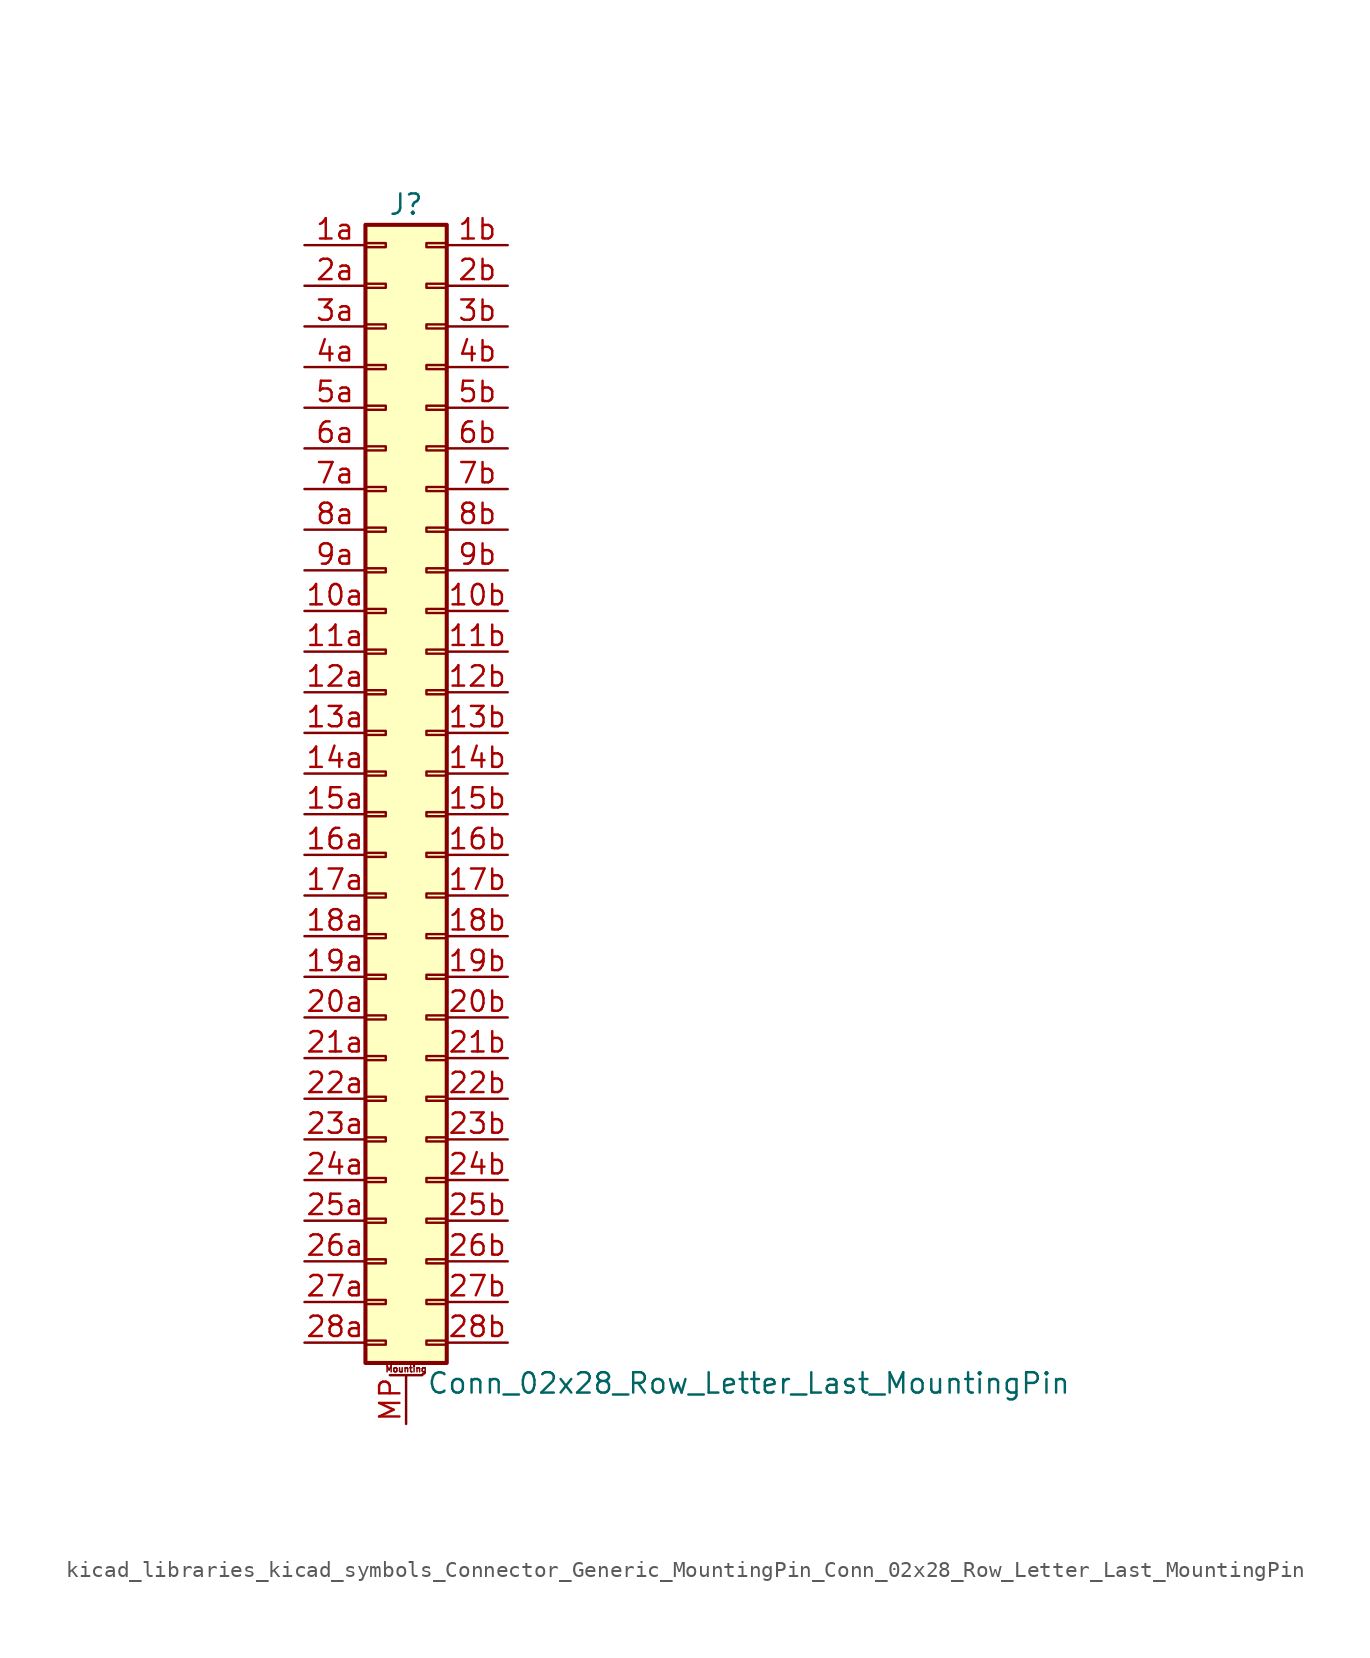
<source format=kicad_sym>
(kicad_symbol_lib
  (version 20220914)
  (generator kicad_symbol_editor)
  (symbol "kicad_libraries_kicad_symbols_Connector_Generic_MountingPin_Conn_02x28_Row_Letter_Last_MountingPin"
    (pin_names
      (offset 1.016) hide)
    (property "Reference" "J"
      (at 1.27 35.56 0)
      (effects (font (size 1.27 1.27))))
    (property "Value" "Conn_02x28_Row_Letter_Last_MountingPin"
      (at 2.54 -38.1 0)
      (effects (font (size 1.27 1.27)) (justify left)))
    (symbol "kicad_libraries_kicad_symbols_Connector_Generic_MountingPin_Conn_02x28_Row_Letter_Last_MountingPin_1_1"
      (rectangle (start -1.27 -35.433) (end 0 -35.687) (stroke (width 0.152) (type default)) (fill (type none)))
      (rectangle (start -1.27 -32.893) (end 0 -33.147) (stroke (width 0.152) (type default)) (fill (type none)))
      (rectangle (start -1.27 -30.353) (end 0 -30.607) (stroke (width 0.152) (type default)) (fill (type none)))
      (rectangle (start -1.27 -27.813) (end 0 -28.067) (stroke (width 0.152) (type default)) (fill (type none)))
      (rectangle (start -1.27 -25.273) (end 0 -25.527) (stroke (width 0.152) (type default)) (fill (type none)))
      (rectangle (start -1.27 -22.733) (end 0 -22.987) (stroke (width 0.152) (type default)) (fill (type none)))
      (rectangle (start -1.27 -20.193) (end 0 -20.447) (stroke (width 0.152) (type default)) (fill (type none)))
      (rectangle (start -1.27 -17.653) (end 0 -17.907) (stroke (width 0.152) (type default)) (fill (type none)))
      (rectangle (start -1.27 -15.113) (end 0 -15.367) (stroke (width 0.152) (type default)) (fill (type none)))
      (rectangle (start -1.27 -12.573) (end 0 -12.827) (stroke (width 0.152) (type default)) (fill (type none)))
      (rectangle (start -1.27 -10.033) (end 0 -10.287) (stroke (width 0.152) (type default)) (fill (type none)))
      (rectangle (start -1.27 -7.493) (end 0 -7.747) (stroke (width 0.152) (type default)) (fill (type none)))
      (rectangle (start -1.27 -4.953) (end 0 -5.207) (stroke (width 0.152) (type default)) (fill (type none)))
      (rectangle (start -1.27 -2.413) (end 0 -2.667) (stroke (width 0.152) (type default)) (fill (type none)))
      (rectangle (start -1.27 0.127) (end 0 -0.127) (stroke (width 0.152) (type default)) (fill (type none)))
      (rectangle (start -1.27 2.667) (end 0 2.413) (stroke (width 0.152) (type default)) (fill (type none)))
      (rectangle (start -1.27 5.207) (end 0 4.953) (stroke (width 0.152) (type default)) (fill (type none)))
      (rectangle (start -1.27 7.747) (end 0 7.493) (stroke (width 0.152) (type default)) (fill (type none)))
      (rectangle (start -1.27 10.287) (end 0 10.033) (stroke (width 0.152) (type default)) (fill (type none)))
      (rectangle (start -1.27 12.827) (end 0 12.573) (stroke (width 0.152) (type default)) (fill (type none)))
      (rectangle (start -1.27 15.367) (end 0 15.113) (stroke (width 0.152) (type default)) (fill (type none)))
      (rectangle (start -1.27 17.907) (end 0 17.653) (stroke (width 0.152) (type default)) (fill (type none)))
      (rectangle (start -1.27 20.447) (end 0 20.193) (stroke (width 0.152) (type default)) (fill (type none)))
      (rectangle (start -1.27 22.987) (end 0 22.733) (stroke (width 0.152) (type default)) (fill (type none)))
      (rectangle (start -1.27 25.527) (end 0 25.273) (stroke (width 0.152) (type default)) (fill (type none)))
      (rectangle (start -1.27 28.067) (end 0 27.813) (stroke (width 0.152) (type default)) (fill (type none)))
      (rectangle (start -1.27 30.607) (end 0 30.353) (stroke (width 0.152) (type default)) (fill (type none)))
      (rectangle (start -1.27 33.147) (end 0 32.893) (stroke (width 0.152) (type default)) (fill (type none)))
      (rectangle (start -1.27 34.29) (end 3.81 -36.83) (stroke (width 0.254) (type default)) (fill (type background)))
      (polyline (pts (xy 0.254 -37.592) (xy 2.286 -37.592)) (stroke (width 0.152) (type default)) (fill (type none)))
      (rectangle (start 3.81 -35.433) (end 2.54 -35.687) (stroke (width 0.152) (type default)) (fill (type none)))
      (rectangle (start 3.81 -32.893) (end 2.54 -33.147) (stroke (width 0.152) (type default)) (fill (type none)))
      (rectangle (start 3.81 -30.353) (end 2.54 -30.607) (stroke (width 0.152) (type default)) (fill (type none)))
      (rectangle (start 3.81 -27.813) (end 2.54 -28.067) (stroke (width 0.152) (type default)) (fill (type none)))
      (rectangle (start 3.81 -25.273) (end 2.54 -25.527) (stroke (width 0.152) (type default)) (fill (type none)))
      (rectangle (start 3.81 -22.733) (end 2.54 -22.987) (stroke (width 0.152) (type default)) (fill (type none)))
      (rectangle (start 3.81 -20.193) (end 2.54 -20.447) (stroke (width 0.152) (type default)) (fill (type none)))
      (rectangle (start 3.81 -17.653) (end 2.54 -17.907) (stroke (width 0.152) (type default)) (fill (type none)))
      (rectangle (start 3.81 -15.113) (end 2.54 -15.367) (stroke (width 0.152) (type default)) (fill (type none)))
      (rectangle (start 3.81 -12.573) (end 2.54 -12.827) (stroke (width 0.152) (type default)) (fill (type none)))
      (rectangle (start 3.81 -10.033) (end 2.54 -10.287) (stroke (width 0.152) (type default)) (fill (type none)))
      (rectangle (start 3.81 -7.493) (end 2.54 -7.747) (stroke (width 0.152) (type default)) (fill (type none)))
      (rectangle (start 3.81 -4.953) (end 2.54 -5.207) (stroke (width 0.152) (type default)) (fill (type none)))
      (rectangle (start 3.81 -2.413) (end 2.54 -2.667) (stroke (width 0.152) (type default)) (fill (type none)))
      (rectangle (start 3.81 0.127) (end 2.54 -0.127) (stroke (width 0.152) (type default)) (fill (type none)))
      (rectangle (start 3.81 2.667) (end 2.54 2.413) (stroke (width 0.152) (type default)) (fill (type none)))
      (rectangle (start 3.81 5.207) (end 2.54 4.953) (stroke (width 0.152) (type default)) (fill (type none)))
      (rectangle (start 3.81 7.747) (end 2.54 7.493) (stroke (width 0.152) (type default)) (fill (type none)))
      (rectangle (start 3.81 10.287) (end 2.54 10.033) (stroke (width 0.152) (type default)) (fill (type none)))
      (rectangle (start 3.81 12.827) (end 2.54 12.573) (stroke (width 0.152) (type default)) (fill (type none)))
      (rectangle (start 3.81 15.367) (end 2.54 15.113) (stroke (width 0.152) (type default)) (fill (type none)))
      (rectangle (start 3.81 17.907) (end 2.54 17.653) (stroke (width 0.152) (type default)) (fill (type none)))
      (rectangle (start 3.81 20.447) (end 2.54 20.193) (stroke (width 0.152) (type default)) (fill (type none)))
      (rectangle (start 3.81 22.987) (end 2.54 22.733) (stroke (width 0.152) (type default)) (fill (type none)))
      (rectangle (start 3.81 25.527) (end 2.54 25.273) (stroke (width 0.152) (type default)) (fill (type none)))
      (rectangle (start 3.81 28.067) (end 2.54 27.813) (stroke (width 0.152) (type default)) (fill (type none)))
      (rectangle (start 3.81 30.607) (end 2.54 30.353) (stroke (width 0.152) (type default)) (fill (type none)))
      (rectangle (start 3.81 33.147) (end 2.54 32.893) (stroke (width 0.152) (type default)) (fill (type none)))
      (text "Mounting" (at 1.27 -37.211 0) (effects (font (size 0.381 0.381))))
      (pin passive line (at -5.08 10.16 0) (length 3.81) (name "Pin_10a" (effects (font (size 1.27 1.27)))) (number "10a" (effects (font (size 1.27 1.27)))))
      (pin passive line (at 7.62 10.16 180) (length 3.81) (name "Pin_10b" (effects (font (size 1.27 1.27)))) (number "10b" (effects (font (size 1.27 1.27)))))
      (pin passive line (at -5.08 7.62 0) (length 3.81) (name "Pin_11a" (effects (font (size 1.27 1.27)))) (number "11a" (effects (font (size 1.27 1.27)))))
      (pin passive line (at 7.62 7.62 180) (length 3.81) (name "Pin_11b" (effects (font (size 1.27 1.27)))) (number "11b" (effects (font (size 1.27 1.27)))))
      (pin passive line (at -5.08 5.08 0) (length 3.81) (name "Pin_12a" (effects (font (size 1.27 1.27)))) (number "12a" (effects (font (size 1.27 1.27)))))
      (pin passive line (at 7.62 5.08 180) (length 3.81) (name "Pin_12b" (effects (font (size 1.27 1.27)))) (number "12b" (effects (font (size 1.27 1.27)))))
      (pin passive line (at -5.08 2.54 0) (length 3.81) (name "Pin_13a" (effects (font (size 1.27 1.27)))) (number "13a" (effects (font (size 1.27 1.27)))))
      (pin passive line (at 7.62 2.54 180) (length 3.81) (name "Pin_13b" (effects (font (size 1.27 1.27)))) (number "13b" (effects (font (size 1.27 1.27)))))
      (pin passive line (at -5.08 0 0) (length 3.81) (name "Pin_14a" (effects (font (size 1.27 1.27)))) (number "14a" (effects (font (size 1.27 1.27)))))
      (pin passive line (at 7.62 0 180) (length 3.81) (name "Pin_14b" (effects (font (size 1.27 1.27)))) (number "14b" (effects (font (size 1.27 1.27)))))
      (pin passive line (at -5.08 -2.54 0) (length 3.81) (name "Pin_15a" (effects (font (size 1.27 1.27)))) (number "15a" (effects (font (size 1.27 1.27)))))
      (pin passive line (at 7.62 -2.54 180) (length 3.81) (name "Pin_15b" (effects (font (size 1.27 1.27)))) (number "15b" (effects (font (size 1.27 1.27)))))
      (pin passive line (at -5.08 -5.08 0) (length 3.81) (name "Pin_16a" (effects (font (size 1.27 1.27)))) (number "16a" (effects (font (size 1.27 1.27)))))
      (pin passive line (at 7.62 -5.08 180) (length 3.81) (name "Pin_16b" (effects (font (size 1.27 1.27)))) (number "16b" (effects (font (size 1.27 1.27)))))
      (pin passive line (at -5.08 -7.62 0) (length 3.81) (name "Pin_17a" (effects (font (size 1.27 1.27)))) (number "17a" (effects (font (size 1.27 1.27)))))
      (pin passive line (at 7.62 -7.62 180) (length 3.81) (name "Pin_17b" (effects (font (size 1.27 1.27)))) (number "17b" (effects (font (size 1.27 1.27)))))
      (pin passive line (at -5.08 -10.16 0) (length 3.81) (name "Pin_18a" (effects (font (size 1.27 1.27)))) (number "18a" (effects (font (size 1.27 1.27)))))
      (pin passive line (at 7.62 -10.16 180) (length 3.81) (name "Pin_18b" (effects (font (size 1.27 1.27)))) (number "18b" (effects (font (size 1.27 1.27)))))
      (pin passive line (at -5.08 -12.7 0) (length 3.81) (name "Pin_19a" (effects (font (size 1.27 1.27)))) (number "19a" (effects (font (size 1.27 1.27)))))
      (pin passive line (at 7.62 -12.7 180) (length 3.81) (name "Pin_19b" (effects (font (size 1.27 1.27)))) (number "19b" (effects (font (size 1.27 1.27)))))
      (pin passive line (at -5.08 33.02 0) (length 3.81) (name "Pin_1a" (effects (font (size 1.27 1.27)))) (number "1a" (effects (font (size 1.27 1.27)))))
      (pin passive line (at 7.62 33.02 180) (length 3.81) (name "Pin_1b" (effects (font (size 1.27 1.27)))) (number "1b" (effects (font (size 1.27 1.27)))))
      (pin passive line (at -5.08 -15.24 0) (length 3.81) (name "Pin_20a" (effects (font (size 1.27 1.27)))) (number "20a" (effects (font (size 1.27 1.27)))))
      (pin passive line (at 7.62 -15.24 180) (length 3.81) (name "Pin_20b" (effects (font (size 1.27 1.27)))) (number "20b" (effects (font (size 1.27 1.27)))))
      (pin passive line (at -5.08 -17.78 0) (length 3.81) (name "Pin_21a" (effects (font (size 1.27 1.27)))) (number "21a" (effects (font (size 1.27 1.27)))))
      (pin passive line (at 7.62 -17.78 180) (length 3.81) (name "Pin_21b" (effects (font (size 1.27 1.27)))) (number "21b" (effects (font (size 1.27 1.27)))))
      (pin passive line (at -5.08 -20.32 0) (length 3.81) (name "Pin_22a" (effects (font (size 1.27 1.27)))) (number "22a" (effects (font (size 1.27 1.27)))))
      (pin passive line (at 7.62 -20.32 180) (length 3.81) (name "Pin_22b" (effects (font (size 1.27 1.27)))) (number "22b" (effects (font (size 1.27 1.27)))))
      (pin passive line (at -5.08 -22.86 0) (length 3.81) (name "Pin_23a" (effects (font (size 1.27 1.27)))) (number "23a" (effects (font (size 1.27 1.27)))))
      (pin passive line (at 7.62 -22.86 180) (length 3.81) (name "Pin_23b" (effects (font (size 1.27 1.27)))) (number "23b" (effects (font (size 1.27 1.27)))))
      (pin passive line (at -5.08 -25.4 0) (length 3.81) (name "Pin_24a" (effects (font (size 1.27 1.27)))) (number "24a" (effects (font (size 1.27 1.27)))))
      (pin passive line (at 7.62 -25.4 180) (length 3.81) (name "Pin_24b" (effects (font (size 1.27 1.27)))) (number "24b" (effects (font (size 1.27 1.27)))))
      (pin passive line (at -5.08 -27.94 0) (length 3.81) (name "Pin_25a" (effects (font (size 1.27 1.27)))) (number "25a" (effects (font (size 1.27 1.27)))))
      (pin passive line (at 7.62 -27.94 180) (length 3.81) (name "Pin_25b" (effects (font (size 1.27 1.27)))) (number "25b" (effects (font (size 1.27 1.27)))))
      (pin passive line (at -5.08 -30.48 0) (length 3.81) (name "Pin_26a" (effects (font (size 1.27 1.27)))) (number "26a" (effects (font (size 1.27 1.27)))))
      (pin passive line (at 7.62 -30.48 180) (length 3.81) (name "Pin_26b" (effects (font (size 1.27 1.27)))) (number "26b" (effects (font (size 1.27 1.27)))))
      (pin passive line (at -5.08 -33.02 0) (length 3.81) (name "Pin_27a" (effects (font (size 1.27 1.27)))) (number "27a" (effects (font (size 1.27 1.27)))))
      (pin passive line (at 7.62 -33.02 180) (length 3.81) (name "Pin_27b" (effects (font (size 1.27 1.27)))) (number "27b" (effects (font (size 1.27 1.27)))))
      (pin passive line (at -5.08 -35.56 0) (length 3.81) (name "Pin_28a" (effects (font (size 1.27 1.27)))) (number "28a" (effects (font (size 1.27 1.27)))))
      (pin passive line (at 7.62 -35.56 180) (length 3.81) (name "Pin_28b" (effects (font (size 1.27 1.27)))) (number "28b" (effects (font (size 1.27 1.27)))))
      (pin passive line (at -5.08 30.48 0) (length 3.81) (name "Pin_2a" (effects (font (size 1.27 1.27)))) (number "2a" (effects (font (size 1.27 1.27)))))
      (pin passive line (at 7.62 30.48 180) (length 3.81) (name "Pin_2b" (effects (font (size 1.27 1.27)))) (number "2b" (effects (font (size 1.27 1.27)))))
      (pin passive line (at -5.08 27.94 0) (length 3.81) (name "Pin_3a" (effects (font (size 1.27 1.27)))) (number "3a" (effects (font (size 1.27 1.27)))))
      (pin passive line (at 7.62 27.94 180) (length 3.81) (name "Pin_3b" (effects (font (size 1.27 1.27)))) (number "3b" (effects (font (size 1.27 1.27)))))
      (pin passive line (at -5.08 25.4 0) (length 3.81) (name "Pin_4a" (effects (font (size 1.27 1.27)))) (number "4a" (effects (font (size 1.27 1.27)))))
      (pin passive line (at 7.62 25.4 180) (length 3.81) (name "Pin_4b" (effects (font (size 1.27 1.27)))) (number "4b" (effects (font (size 1.27 1.27)))))
      (pin passive line (at -5.08 22.86 0) (length 3.81) (name "Pin_5a" (effects (font (size 1.27 1.27)))) (number "5a" (effects (font (size 1.27 1.27)))))
      (pin passive line (at 7.62 22.86 180) (length 3.81) (name "Pin_5b" (effects (font (size 1.27 1.27)))) (number "5b" (effects (font (size 1.27 1.27)))))
      (pin passive line (at -5.08 20.32 0) (length 3.81) (name "Pin_6a" (effects (font (size 1.27 1.27)))) (number "6a" (effects (font (size 1.27 1.27)))))
      (pin passive line (at 7.62 20.32 180) (length 3.81) (name "Pin_6b" (effects (font (size 1.27 1.27)))) (number "6b" (effects (font (size 1.27 1.27)))))
      (pin passive line (at -5.08 17.78 0) (length 3.81) (name "Pin_7a" (effects (font (size 1.27 1.27)))) (number "7a" (effects (font (size 1.27 1.27)))))
      (pin passive line (at 7.62 17.78 180) (length 3.81) (name "Pin_7b" (effects (font (size 1.27 1.27)))) (number "7b" (effects (font (size 1.27 1.27)))))
      (pin passive line (at -5.08 15.24 0) (length 3.81) (name "Pin_8a" (effects (font (size 1.27 1.27)))) (number "8a" (effects (font (size 1.27 1.27)))))
      (pin passive line (at 7.62 15.24 180) (length 3.81) (name "Pin_8b" (effects (font (size 1.27 1.27)))) (number "8b" (effects (font (size 1.27 1.27)))))
      (pin passive line (at -5.08 12.7 0) (length 3.81) (name "Pin_9a" (effects (font (size 1.27 1.27)))) (number "9a" (effects (font (size 1.27 1.27)))))
      (pin passive line (at 7.62 12.7 180) (length 3.81) (name "Pin_9b" (effects (font (size 1.27 1.27)))) (number "9b" (effects (font (size 1.27 1.27)))))
      (pin passive line (at 1.27 -40.64 90) (length 3.048) (name "MountPin" (effects (font (size 1.27 1.27)))) (number "MP" (effects (font (size 1.27 1.27))))))))
</source>
